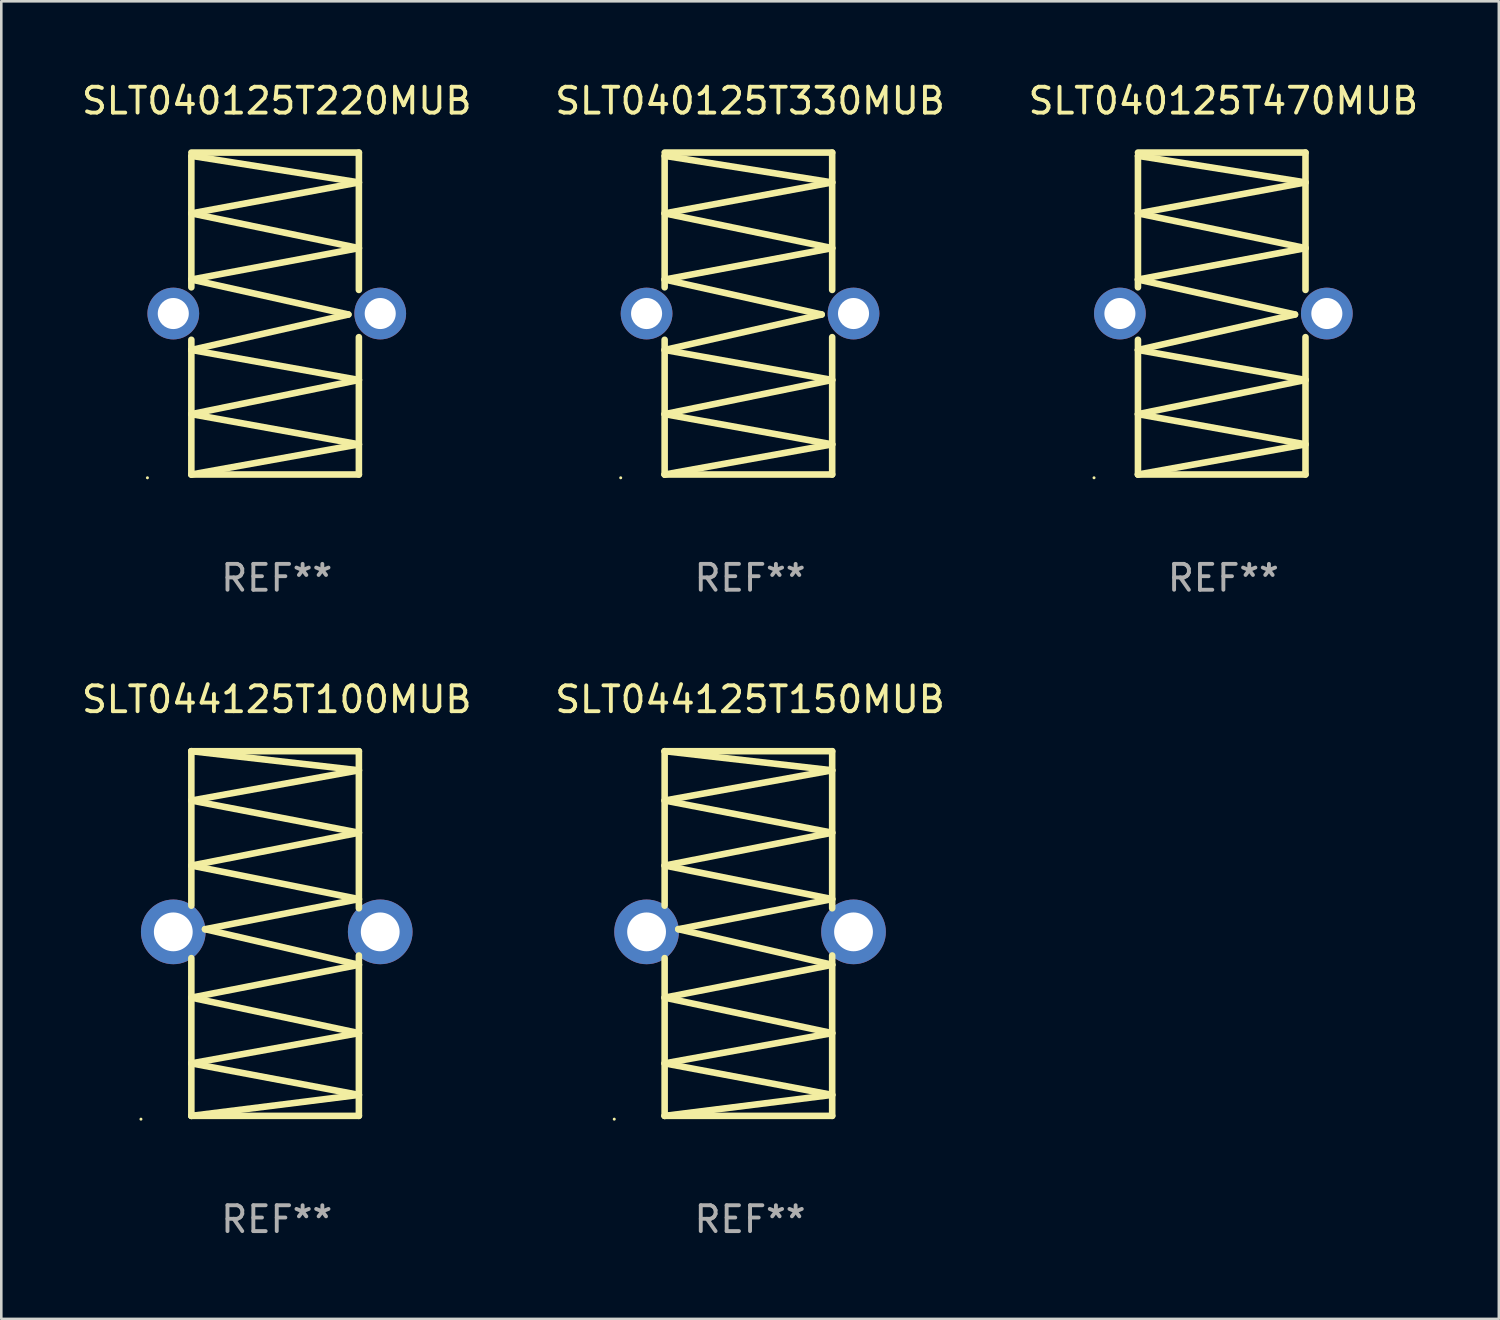
<source format=kicad_pcb>
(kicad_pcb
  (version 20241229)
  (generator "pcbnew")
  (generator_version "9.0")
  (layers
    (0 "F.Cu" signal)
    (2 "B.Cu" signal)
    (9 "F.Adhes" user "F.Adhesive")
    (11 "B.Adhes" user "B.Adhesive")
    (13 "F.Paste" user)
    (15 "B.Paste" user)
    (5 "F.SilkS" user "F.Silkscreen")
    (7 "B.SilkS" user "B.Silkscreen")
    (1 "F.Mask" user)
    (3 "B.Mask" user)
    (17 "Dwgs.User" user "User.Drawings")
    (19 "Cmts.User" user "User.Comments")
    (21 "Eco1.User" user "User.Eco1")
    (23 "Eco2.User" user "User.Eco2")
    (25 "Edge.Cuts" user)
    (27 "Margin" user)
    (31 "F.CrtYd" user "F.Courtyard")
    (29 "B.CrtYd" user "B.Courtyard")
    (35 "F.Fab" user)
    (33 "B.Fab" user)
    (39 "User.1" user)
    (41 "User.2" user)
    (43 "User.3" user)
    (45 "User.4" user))
  (footprint "SLT044125T150MUB"
    (layer "F.Cu")
    (at 25.946 33.039)
    (property "Reference" "SLT044125T150MUB" (at 0 -9.049 0) (layer "F.SilkS") (effects (font (size 1 1) (thickness 0.15))))
    (attr through_hole)
    (fp_line (start -3.302 -7.049) (end -3.302 -1.077) (stroke (width 0.254) (type solid)) (layer "F.SilkS"))
    (fp_line (start -3.302 -7.049) (end 3.175 -6.31) (stroke (width 0.254) (type solid)) (layer "F.SilkS"))
    (fp_line (start -3.302 -5.141) (end 3.175 -3.897) (stroke (width 0.254) (type solid)) (layer "F.SilkS"))
    (fp_line (start -3.302 -2.627) (end 3.175 -1.331) (stroke (width 0.254) (type solid)) (layer "F.SilkS"))
    (fp_line (start -3.302 0.95) (end -3.302 7.049) (stroke (width 0.254) (type solid)) (layer "F.SilkS"))
    (fp_line (start -3.302 2.479) (end 3.175 3.85) (stroke (width 0.254) (type solid)) (layer "F.SilkS"))
    (fp_line (start -3.302 5.019) (end 3.175 6.238) (stroke (width 0.254) (type solid)) (layer "F.SilkS"))
    (fp_line (start -3.302 7.049) (end 3.175 7.049) (stroke (width 0.254) (type solid)) (layer "F.SilkS"))
    (fp_line (start -2.773 -0.167) (end 3.175 1.209) (stroke (width 0.254) (type solid)) (layer "F.SilkS"))
    (fp_line (start 3.175 -7.049) (end -3.302 -7.049) (stroke (width 0.254) (type solid)) (layer "F.SilkS"))
    (fp_line (start 3.175 -6.31) (end -3.302 -5.141) (stroke (width 0.254) (type solid)) (layer "F.SilkS"))
    (fp_line (start 3.175 -3.897) (end -3.302 -2.627) (stroke (width 0.254) (type solid)) (layer "F.SilkS"))
    (fp_line (start 3.175 -1.331) (end -2.773 -0.167) (stroke (width 0.254) (type solid)) (layer "F.SilkS"))
    (fp_line (start 3.175 -0.976) (end 3.175 -7.049) (stroke (width 0.254) (type solid)) (layer "F.SilkS"))
    (fp_line (start 3.175 1.209) (end -3.302 2.479) (stroke (width 0.254) (type solid)) (layer "F.SilkS"))
    (fp_line (start 3.175 3.85) (end -3.302 5.019) (stroke (width 0.254) (type solid)) (layer "F.SilkS"))
    (fp_line (start 3.175 6.238) (end -3.302 7.049) (stroke (width 0.254) (type solid)) (layer "F.SilkS"))
    (fp_line (start 3.175 7.049) (end 3.175 0.849) (stroke (width 0.254) (type solid)) (layer "F.SilkS"))
    (fp_circle (center -5.25 7.176) (end -5.22 7.176) (stroke (width 0.06) (type solid)) (fill no) (layer "F.SilkS"))
    (fp_text user "REF**" (at 0 11.049 0) (layer "F.Fab") (effects (font (size 1 1) (thickness 0.15))))
    (pad "1" thru_hole circle (at -4 -0.064) (size 2.5 2.5) (drill 1.5) (layers "*.Cu" "*.Mask"))
    (pad "2" thru_hole circle (at 4 -0.064) (size 2.5 2.5) (drill 1.5) (layers "*.Cu" "*.Mask")))
  (footprint "SLT044125T100MUB"
    (layer "F.Cu")
    (at 7.649 33.039)
    (property "Reference" "SLT044125T100MUB" (at 0 -9.049 0) (layer "F.SilkS") (effects (font (size 1 1) (thickness 0.15))))
    (attr through_hole)
    (fp_line (start -3.302 -7.049) (end -3.302 -1.077) (stroke (width 0.254) (type solid)) (layer "F.SilkS"))
    (fp_line (start -3.302 -7.049) (end 3.175 -6.31) (stroke (width 0.254) (type solid)) (layer "F.SilkS"))
    (fp_line (start -3.302 -5.141) (end 3.175 -3.897) (stroke (width 0.254) (type solid)) (layer "F.SilkS"))
    (fp_line (start -3.302 -2.627) (end 3.175 -1.331) (stroke (width 0.254) (type solid)) (layer "F.SilkS"))
    (fp_line (start -3.302 0.95) (end -3.302 7.049) (stroke (width 0.254) (type solid)) (layer "F.SilkS"))
    (fp_line (start -3.302 2.479) (end 3.175 3.85) (stroke (width 0.254) (type solid)) (layer "F.SilkS"))
    (fp_line (start -3.302 5.019) (end 3.175 6.238) (stroke (width 0.254) (type solid)) (layer "F.SilkS"))
    (fp_line (start -3.302 7.049) (end 3.175 7.049) (stroke (width 0.254) (type solid)) (layer "F.SilkS"))
    (fp_line (start -2.773 -0.167) (end 3.175 1.209) (stroke (width 0.254) (type solid)) (layer "F.SilkS"))
    (fp_line (start 3.175 -7.049) (end -3.302 -7.049) (stroke (width 0.254) (type solid)) (layer "F.SilkS"))
    (fp_line (start 3.175 -6.31) (end -3.302 -5.141) (stroke (width 0.254) (type solid)) (layer "F.SilkS"))
    (fp_line (start 3.175 -3.897) (end -3.302 -2.627) (stroke (width 0.254) (type solid)) (layer "F.SilkS"))
    (fp_line (start 3.175 -1.331) (end -2.773 -0.167) (stroke (width 0.254) (type solid)) (layer "F.SilkS"))
    (fp_line (start 3.175 -0.976) (end 3.175 -7.049) (stroke (width 0.254) (type solid)) (layer "F.SilkS"))
    (fp_line (start 3.175 1.209) (end -3.302 2.479) (stroke (width 0.254) (type solid)) (layer "F.SilkS"))
    (fp_line (start 3.175 3.85) (end -3.302 5.019) (stroke (width 0.254) (type solid)) (layer "F.SilkS"))
    (fp_line (start 3.175 6.238) (end -3.302 7.049) (stroke (width 0.254) (type solid)) (layer "F.SilkS"))
    (fp_line (start 3.175 7.049) (end 3.175 0.849) (stroke (width 0.254) (type solid)) (layer "F.SilkS"))
    (fp_circle (center -5.25 7.176) (end -5.22 7.176) (stroke (width 0.06) (type solid)) (fill no) (layer "F.SilkS"))
    (fp_text user "REF**" (at 0 11.049 0) (layer "F.Fab") (effects (font (size 1 1) (thickness 0.15))))
    (pad "1" thru_hole circle (at -4 -0.064) (size 2.5 2.5) (drill 1.5) (layers "*.Cu" "*.Mask"))
    (pad "2" thru_hole circle (at 4 -0.064) (size 2.5 2.5) (drill 1.5) (layers "*.Cu" "*.Mask")))
  (footprint "SLT040125T330MUB"
    (layer "F.Cu")
    (at 25.946 9.071)
    (property "Reference" "SLT040125T330MUB" (at 0 -8.223 0) (layer "F.SilkS") (effects (font (size 1 1) (thickness 0.15))))
    (attr through_hole)
    (fp_line (start -3.302 -6.096) (end -3.302 -1.014) (stroke (width 0.254) (type solid)) (layer "F.SilkS"))
    (fp_line (start -3.302 -6.096) (end 3.175 -5.069) (stroke (width 0.254) (type solid)) (layer "F.SilkS"))
    (fp_line (start -3.302 -3.872) (end 3.175 -2.529) (stroke (width 0.254) (type solid)) (layer "F.SilkS"))
    (fp_line (start -3.302 -1.314) (end 2.769 0.037) (stroke (width 0.254) (type solid)) (layer "F.SilkS"))
    (fp_line (start -3.302 1.014) (end -3.302 6.223) (stroke (width 0.254) (type solid)) (layer "F.SilkS"))
    (fp_line (start -3.302 1.408) (end 3.175 2.568) (stroke (width 0.254) (type solid)) (layer "F.SilkS"))
    (fp_line (start -3.302 3.889) (end 3.175 5.057) (stroke (width 0.254) (type solid)) (layer "F.SilkS"))
    (fp_line (start -3.302 6.223) (end 3.175 6.223) (stroke (width 0.254) (type solid)) (layer "F.SilkS"))
    (fp_line (start 2.769 0.037) (end -3.302 1.408) (stroke (width 0.254) (type solid)) (layer "F.SilkS"))
    (fp_line (start 3.175 -6.223) (end -3.302 -6.223) (stroke (width 0.254) (type solid)) (layer "F.SilkS"))
    (fp_line (start 3.175 -5.069) (end -3.302 -3.872) (stroke (width 0.254) (type solid)) (layer "F.SilkS"))
    (fp_line (start 3.175 -2.529) (end -3.302 -1.314) (stroke (width 0.254) (type solid)) (layer "F.SilkS"))
    (fp_line (start 3.175 -0.913) (end 3.175 -6.223) (stroke (width 0.254) (type solid)) (layer "F.SilkS"))
    (fp_line (start 3.175 2.568) (end -3.302 3.889) (stroke (width 0.254) (type solid)) (layer "F.SilkS"))
    (fp_line (start 3.175 5.057) (end -3.302 6.223) (stroke (width 0.254) (type solid)) (layer "F.SilkS"))
    (fp_line (start 3.175 6.223) (end 3.175 0.913) (stroke (width 0.254) (type solid)) (layer "F.SilkS"))
    (fp_circle (center -5 6.35) (end -4.97 6.35) (stroke (width 0.06) (type solid)) (fill no) (layer "F.SilkS"))
    (fp_text user "REF**" (at 0 10.223 0) (layer "F.Fab") (effects (font (size 1 1) (thickness 0.15))))
    (pad "1" thru_hole circle (at -4 0) (size 2 2) (drill 1.2) (layers "*.Cu" "*.Mask"))
    (pad "2" thru_hole circle (at 4 0) (size 2 2) (drill 1.2) (layers "*.Cu" "*.Mask")))
  (footprint "SLT040125T470MUB"
    (layer "F.Cu")
    (at 44.244 9.071)
    (property "Reference" "SLT040125T470MUB" (at 0 -8.223 0) (layer "F.SilkS") (effects (font (size 1 1) (thickness 0.15))))
    (attr through_hole)
    (fp_line (start -3.302 -6.096) (end -3.302 -1.014) (stroke (width 0.254) (type solid)) (layer "F.SilkS"))
    (fp_line (start -3.302 -6.096) (end 3.175 -5.069) (stroke (width 0.254) (type solid)) (layer "F.SilkS"))
    (fp_line (start -3.302 -3.872) (end 3.175 -2.529) (stroke (width 0.254) (type solid)) (layer "F.SilkS"))
    (fp_line (start -3.302 -1.314) (end 2.769 0.037) (stroke (width 0.254) (type solid)) (layer "F.SilkS"))
    (fp_line (start -3.302 1.014) (end -3.302 6.223) (stroke (width 0.254) (type solid)) (layer "F.SilkS"))
    (fp_line (start -3.302 1.408) (end 3.175 2.568) (stroke (width 0.254) (type solid)) (layer "F.SilkS"))
    (fp_line (start -3.302 3.889) (end 3.175 5.057) (stroke (width 0.254) (type solid)) (layer "F.SilkS"))
    (fp_line (start -3.302 6.223) (end 3.175 6.223) (stroke (width 0.254) (type solid)) (layer "F.SilkS"))
    (fp_line (start 2.769 0.037) (end -3.302 1.408) (stroke (width 0.254) (type solid)) (layer "F.SilkS"))
    (fp_line (start 3.175 -6.223) (end -3.302 -6.223) (stroke (width 0.254) (type solid)) (layer "F.SilkS"))
    (fp_line (start 3.175 -5.069) (end -3.302 -3.872) (stroke (width 0.254) (type solid)) (layer "F.SilkS"))
    (fp_line (start 3.175 -2.529) (end -3.302 -1.314) (stroke (width 0.254) (type solid)) (layer "F.SilkS"))
    (fp_line (start 3.175 -0.913) (end 3.175 -6.223) (stroke (width 0.254) (type solid)) (layer "F.SilkS"))
    (fp_line (start 3.175 2.568) (end -3.302 3.889) (stroke (width 0.254) (type solid)) (layer "F.SilkS"))
    (fp_line (start 3.175 5.057) (end -3.302 6.223) (stroke (width 0.254) (type solid)) (layer "F.SilkS"))
    (fp_line (start 3.175 6.223) (end 3.175 0.913) (stroke (width 0.254) (type solid)) (layer "F.SilkS"))
    (fp_circle (center -5 6.35) (end -4.97 6.35) (stroke (width 0.06) (type solid)) (fill no) (layer "F.SilkS"))
    (fp_text user "REF**" (at 0 10.223 0) (layer "F.Fab") (effects (font (size 1 1) (thickness 0.15))))
    (pad "1" thru_hole circle (at -4 0) (size 2 2) (drill 1.2) (layers "*.Cu" "*.Mask"))
    (pad "2" thru_hole circle (at 4 0) (size 2 2) (drill 1.2) (layers "*.Cu" "*.Mask")))
  (footprint "SLT040125T220MUB"
    (layer "F.Cu")
    (at 7.649 9.071)
    (property "Reference" "SLT040125T220MUB" (at 0 -8.223 0) (layer "F.SilkS") (effects (font (size 1 1) (thickness 0.15))))
    (attr through_hole)
    (fp_line (start -3.302 -6.096) (end -3.302 -1.014) (stroke (width 0.254) (type solid)) (layer "F.SilkS"))
    (fp_line (start -3.302 -6.096) (end 3.175 -5.069) (stroke (width 0.254) (type solid)) (layer "F.SilkS"))
    (fp_line (start -3.302 -3.872) (end 3.175 -2.529) (stroke (width 0.254) (type solid)) (layer "F.SilkS"))
    (fp_line (start -3.302 -1.314) (end 2.769 0.037) (stroke (width 0.254) (type solid)) (layer "F.SilkS"))
    (fp_line (start -3.302 1.014) (end -3.302 6.223) (stroke (width 0.254) (type solid)) (layer "F.SilkS"))
    (fp_line (start -3.302 1.408) (end 3.175 2.568) (stroke (width 0.254) (type solid)) (layer "F.SilkS"))
    (fp_line (start -3.302 3.889) (end 3.175 5.057) (stroke (width 0.254) (type solid)) (layer "F.SilkS"))
    (fp_line (start -3.302 6.223) (end 3.175 6.223) (stroke (width 0.254) (type solid)) (layer "F.SilkS"))
    (fp_line (start 2.769 0.037) (end -3.302 1.408) (stroke (width 0.254) (type solid)) (layer "F.SilkS"))
    (fp_line (start 3.175 -6.223) (end -3.302 -6.223) (stroke (width 0.254) (type solid)) (layer "F.SilkS"))
    (fp_line (start 3.175 -5.069) (end -3.302 -3.872) (stroke (width 0.254) (type solid)) (layer "F.SilkS"))
    (fp_line (start 3.175 -2.529) (end -3.302 -1.314) (stroke (width 0.254) (type solid)) (layer "F.SilkS"))
    (fp_line (start 3.175 -0.913) (end 3.175 -6.223) (stroke (width 0.254) (type solid)) (layer "F.SilkS"))
    (fp_line (start 3.175 2.568) (end -3.302 3.889) (stroke (width 0.254) (type solid)) (layer "F.SilkS"))
    (fp_line (start 3.175 5.057) (end -3.302 6.223) (stroke (width 0.254) (type solid)) (layer "F.SilkS"))
    (fp_line (start 3.175 6.223) (end 3.175 0.913) (stroke (width 0.254) (type solid)) (layer "F.SilkS"))
    (fp_circle (center -5 6.35) (end -4.97 6.35) (stroke (width 0.06) (type solid)) (fill no) (layer "F.SilkS"))
    (fp_text user "REF**" (at 0 10.223 0) (layer "F.Fab") (effects (font (size 1 1) (thickness 0.15))))
    (pad "1" thru_hole circle (at -4 0) (size 2 2) (drill 1.2) (layers "*.Cu" "*.Mask"))
    (pad "2" thru_hole circle (at 4 0) (size 2 2) (drill 1.2) (layers "*.Cu" "*.Mask")))
  (gr_rect
    (start -3 -3)
    (end 54.893 47.936)
    (stroke (width 0.1) (type default))
    (fill no)
    (layer "Edge.Cuts")))
</source>
